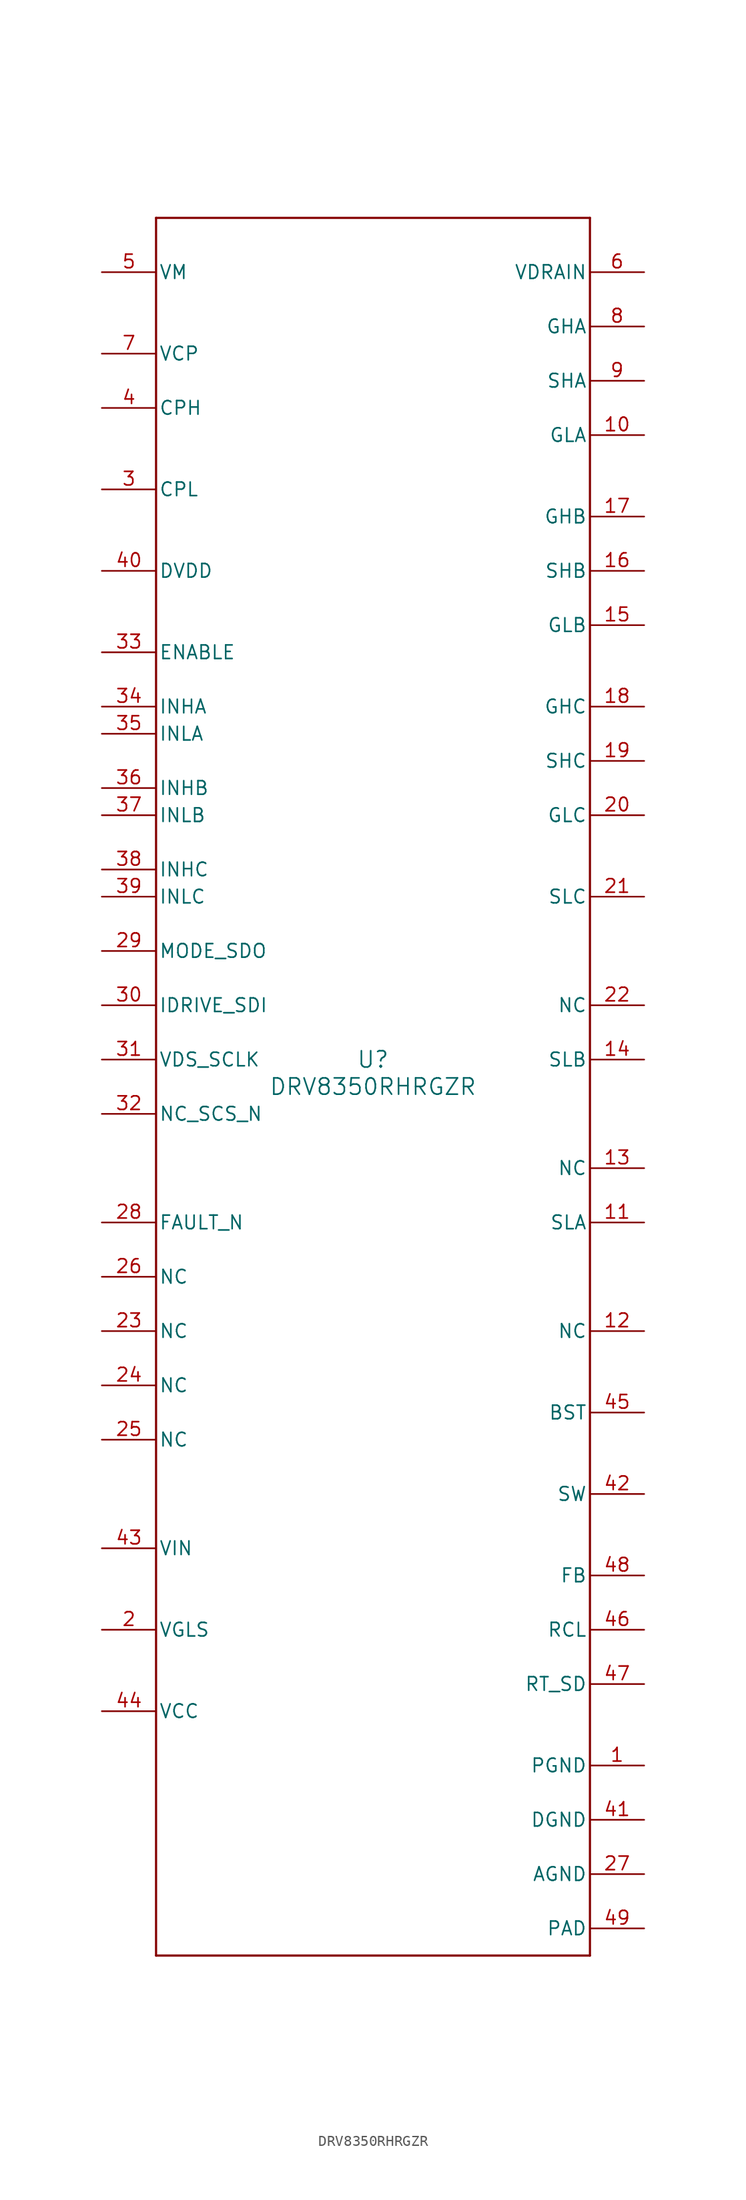
<source format=kicad_sym>
(kicad_symbol_lib
  (version 20211014)
  (generator kicad_symbol_editor)
  (symbol "DRV8350RHRGZR"
    (pin_names
      (offset 0.254))
    (property "Reference" "U"
      (at 0 2.54 0)
      (effects (font (size 1.524 1.524))))
    (property "Value" "DRV8350RHRGZR"
      (at 0 0 0)
      (effects (font (size 1.524 1.524))))
    (symbol "DRV8350RHRGZR_0_1"
      (polyline (pts (xy -20.32 -81.28) (xy 20.32 -81.28)) (stroke (width 0.203) (type default) (color 0 0 0 0)) (fill (type none)))
      (polyline (pts (xy 20.32 -81.28) (xy 20.32 81.28)) (stroke (width 0.203) (type default) (color 0 0 0 0)) (fill (type none)))
      (polyline (pts (xy 20.32 81.28) (xy -20.32 81.28)) (stroke (width 0.203) (type default) (color 0 0 0 0)) (fill (type none)))
      (polyline (pts (xy -20.32 81.28) (xy -20.32 -81.28)) (stroke (width 0.203) (type default) (color 0 0 0 0)) (fill (type none)))
      (pin power_in line (at 25.4 -63.5 180) (length 5.08) (name "PGND" (effects (font (size 1.27 1.27)))) (number "1" (effects (font (size 1.27 1.27)))))
      (pin power_in line (at -25.4 -50.8 0) (length 5.08) (name "VGLS" (effects (font (size 1.27 1.27)))) (number "2" (effects (font (size 1.27 1.27)))))
      (pin power_in line (at -25.4 55.88 0) (length 5.08) (name "CPL" (effects (font (size 1.27 1.27)))) (number "3" (effects (font (size 1.27 1.27)))))
      (pin power_in line (at -25.4 63.5 0) (length 5.08) (name "CPH" (effects (font (size 1.27 1.27)))) (number "4" (effects (font (size 1.27 1.27)))))
      (pin power_in line (at -25.4 76.2 0) (length 5.08) (name "VM" (effects (font (size 1.27 1.27)))) (number "5" (effects (font (size 1.27 1.27)))))
      (pin input line (at 25.4 76.2 180) (length 5.08) (name "VDRAIN" (effects (font (size 1.27 1.27)))) (number "6" (effects (font (size 1.27 1.27)))))
      (pin power_in line (at -25.4 68.58 0) (length 5.08) (name "VCP" (effects (font (size 1.27 1.27)))) (number "7" (effects (font (size 1.27 1.27)))))
      (pin output line (at 25.4 71.12 180) (length 5.08) (name "GHA" (effects (font (size 1.27 1.27)))) (number "8" (effects (font (size 1.27 1.27)))))
      (pin input line (at 25.4 66.04 180) (length 5.08) (name "SHA" (effects (font (size 1.27 1.27)))) (number "9" (effects (font (size 1.27 1.27)))))
      (pin output line (at 25.4 60.96 180) (length 5.08) (name "GLA" (effects (font (size 1.27 1.27)))) (number "10" (effects (font (size 1.27 1.27)))))
      (pin input line (at 25.4 -12.7 180) (length 5.08) (name "SLA" (effects (font (size 1.27 1.27)))) (number "11" (effects (font (size 1.27 1.27)))))
      (pin unspecified line (at 25.4 -22.86 180) (length 5.08) (name "NC" (effects (font (size 1.27 1.27)))) (number "12" (effects (font (size 1.27 1.27)))))
      (pin unspecified line (at 25.4 -7.62 180) (length 5.08) (name "NC" (effects (font (size 1.27 1.27)))) (number "13" (effects (font (size 1.27 1.27)))))
      (pin input line (at 25.4 2.54 180) (length 5.08) (name "SLB" (effects (font (size 1.27 1.27)))) (number "14" (effects (font (size 1.27 1.27)))))
      (pin output line (at 25.4 43.18 180) (length 5.08) (name "GLB" (effects (font (size 1.27 1.27)))) (number "15" (effects (font (size 1.27 1.27)))))
      (pin input line (at 25.4 48.26 180) (length 5.08) (name "SHB" (effects (font (size 1.27 1.27)))) (number "16" (effects (font (size 1.27 1.27)))))
      (pin output line (at 25.4 53.34 180) (length 5.08) (name "GHB" (effects (font (size 1.27 1.27)))) (number "17" (effects (font (size 1.27 1.27)))))
      (pin output line (at 25.4 35.56 180) (length 5.08) (name "GHC" (effects (font (size 1.27 1.27)))) (number "18" (effects (font (size 1.27 1.27)))))
      (pin input line (at 25.4 30.48 180) (length 5.08) (name "SHC" (effects (font (size 1.27 1.27)))) (number "19" (effects (font (size 1.27 1.27)))))
      (pin output line (at 25.4 25.4 180) (length 5.08) (name "GLC" (effects (font (size 1.27 1.27)))) (number "20" (effects (font (size 1.27 1.27)))))
      (pin input line (at 25.4 17.78 180) (length 5.08) (name "SLC" (effects (font (size 1.27 1.27)))) (number "21" (effects (font (size 1.27 1.27)))))
      (pin unspecified line (at 25.4 7.62 180) (length 5.08) (name "NC" (effects (font (size 1.27 1.27)))) (number "22" (effects (font (size 1.27 1.27)))))
      (pin unspecified line (at -25.4 -22.86 0) (length 5.08) (name "NC" (effects (font (size 1.27 1.27)))) (number "23" (effects (font (size 1.27 1.27)))))
      (pin unspecified line (at -25.4 -27.94 0) (length 5.08) (name "NC" (effects (font (size 1.27 1.27)))) (number "24" (effects (font (size 1.27 1.27)))))
      (pin unspecified line (at -25.4 -33.02 0) (length 5.08) (name "NC" (effects (font (size 1.27 1.27)))) (number "25" (effects (font (size 1.27 1.27)))))
      (pin unspecified line (at -25.4 -17.78 0) (length 5.08) (name "NC" (effects (font (size 1.27 1.27)))) (number "26" (effects (font (size 1.27 1.27)))))
      (pin power_in line (at 25.4 -73.66 180) (length 5.08) (name "AGND" (effects (font (size 1.27 1.27)))) (number "27" (effects (font (size 1.27 1.27)))))
      (pin open_collector line (at -25.4 -12.7 0) (length 5.08) (name "FAULT_N" (effects (font (size 1.27 1.27)))) (number "28" (effects (font (size 1.27 1.27)))))
      (pin bidirectional line (at -25.4 12.7 0) (length 5.08) (name "MODE_SDO" (effects (font (size 1.27 1.27)))) (number "29" (effects (font (size 1.27 1.27)))))
      (pin input line (at -25.4 7.62 0) (length 5.08) (name "IDRIVE_SDI" (effects (font (size 1.27 1.27)))) (number "30" (effects (font (size 1.27 1.27)))))
      (pin input line (at -25.4 2.54 0) (length 5.08) (name "VDS_SCLK" (effects (font (size 1.27 1.27)))) (number "31" (effects (font (size 1.27 1.27)))))
      (pin input line (at -25.4 -2.54 0) (length 5.08) (name "NC_SCS_N" (effects (font (size 1.27 1.27)))) (number "32" (effects (font (size 1.27 1.27)))))
      (pin input line (at -25.4 40.64 0) (length 5.08) (name "ENABLE" (effects (font (size 1.27 1.27)))) (number "33" (effects (font (size 1.27 1.27)))))
      (pin input line (at -25.4 35.56 0) (length 5.08) (name "INHA" (effects (font (size 1.27 1.27)))) (number "34" (effects (font (size 1.27 1.27)))))
      (pin input line (at -25.4 33.02 0) (length 5.08) (name "INLA" (effects (font (size 1.27 1.27)))) (number "35" (effects (font (size 1.27 1.27)))))
      (pin input line (at -25.4 27.94 0) (length 5.08) (name "INHB" (effects (font (size 1.27 1.27)))) (number "36" (effects (font (size 1.27 1.27)))))
      (pin input line (at -25.4 25.4 0) (length 5.08) (name "INLB" (effects (font (size 1.27 1.27)))) (number "37" (effects (font (size 1.27 1.27)))))
      (pin input line (at -25.4 20.32 0) (length 5.08) (name "INHC" (effects (font (size 1.27 1.27)))) (number "38" (effects (font (size 1.27 1.27)))))
      (pin input line (at -25.4 17.78 0) (length 5.08) (name "INLC" (effects (font (size 1.27 1.27)))) (number "39" (effects (font (size 1.27 1.27)))))
      (pin power_in line (at -25.4 48.26 0) (length 5.08) (name "DVDD" (effects (font (size 1.27 1.27)))) (number "40" (effects (font (size 1.27 1.27)))))
      (pin power_in line (at 25.4 -68.58 180) (length 5.08) (name "DGND" (effects (font (size 1.27 1.27)))) (number "41" (effects (font (size 1.27 1.27)))))
      (pin power_in line (at 25.4 -38.1 180) (length 5.08) (name "SW" (effects (font (size 1.27 1.27)))) (number "42" (effects (font (size 1.27 1.27)))))
      (pin power_in line (at -25.4 -43.18 0) (length 5.08) (name "VIN" (effects (font (size 1.27 1.27)))) (number "43" (effects (font (size 1.27 1.27)))))
      (pin power_in line (at -25.4 -58.42 0) (length 5.08) (name "VCC" (effects (font (size 1.27 1.27)))) (number "44" (effects (font (size 1.27 1.27)))))
      (pin power_in line (at 25.4 -30.48 180) (length 5.08) (name "BST" (effects (font (size 1.27 1.27)))) (number "45" (effects (font (size 1.27 1.27)))))
      (pin input line (at 25.4 -50.8 180) (length 5.08) (name "RCL" (effects (font (size 1.27 1.27)))) (number "46" (effects (font (size 1.27 1.27)))))
      (pin input line (at 25.4 -55.88 180) (length 5.08) (name "RT_SD" (effects (font (size 1.27 1.27)))) (number "47" (effects (font (size 1.27 1.27)))))
      (pin input line (at 25.4 -45.72 180) (length 5.08) (name "FB" (effects (font (size 1.27 1.27)))) (number "48" (effects (font (size 1.27 1.27)))))
      (pin power_in line (at 25.4 -78.74 180) (length 5.08) (name "PAD" (effects (font (size 1.27 1.27)))) (number "49" (effects (font (size 1.27 1.27))))))))
</source>
